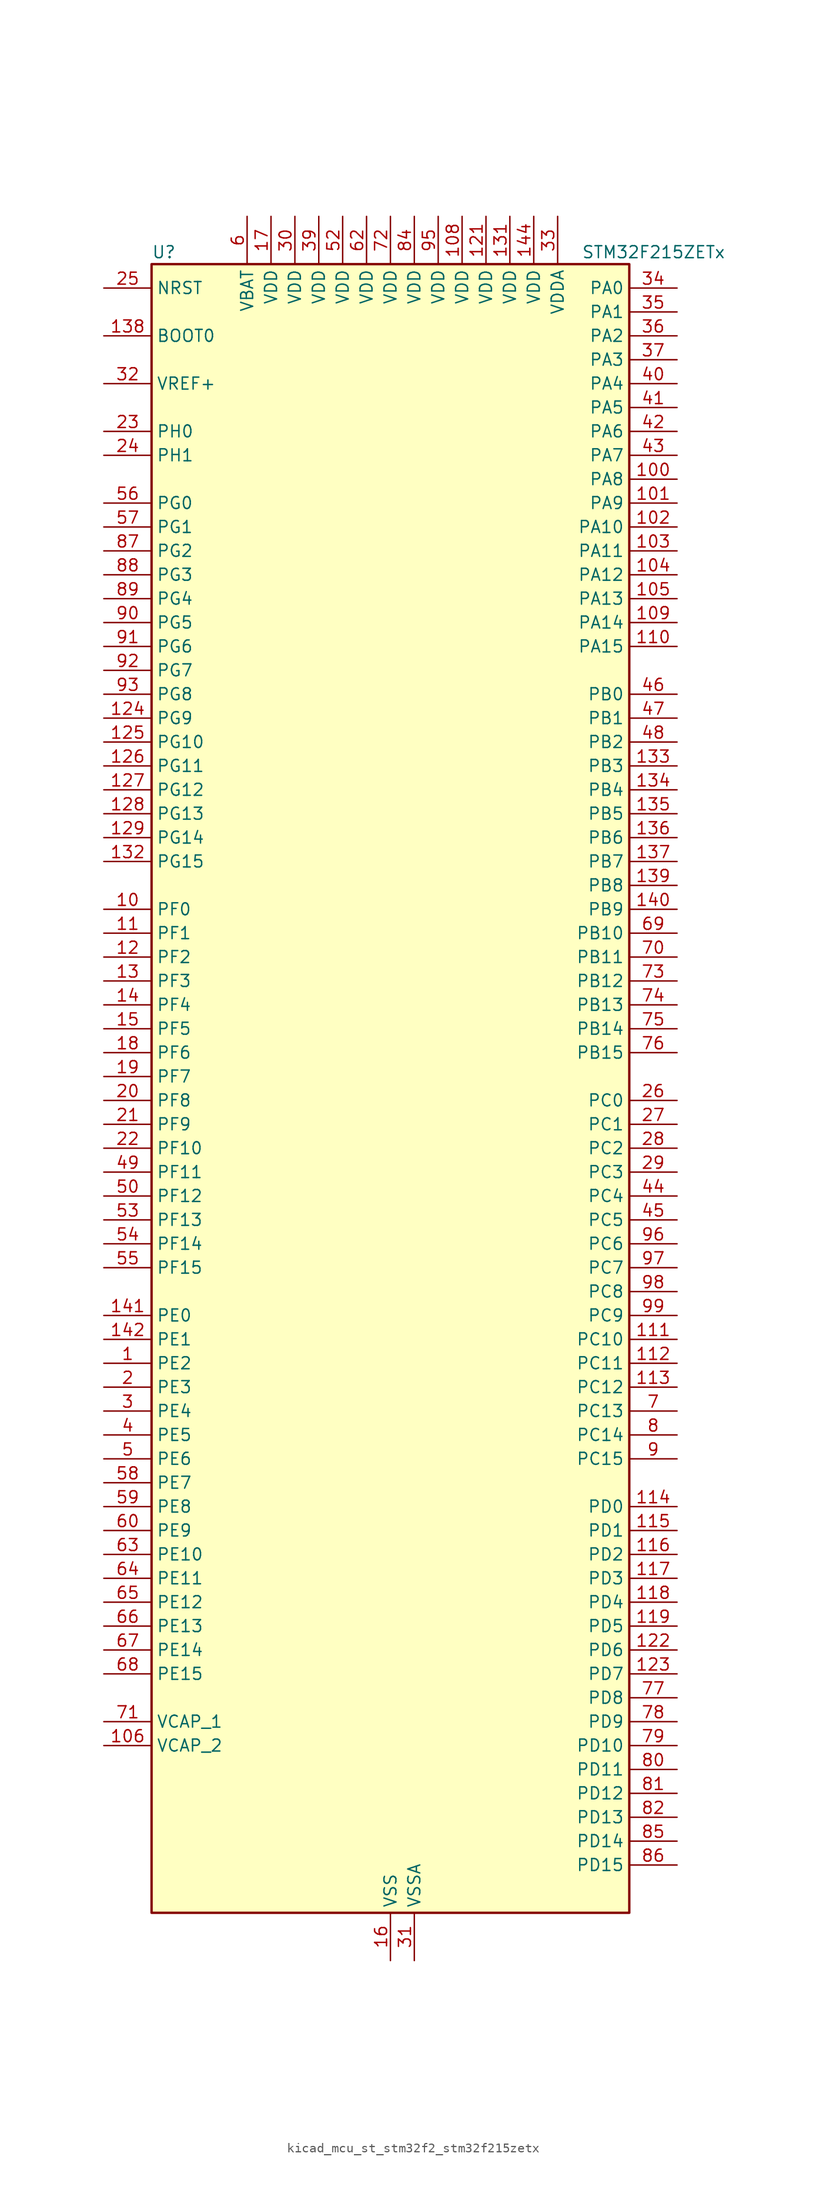
<source format=kicad_sym>
(kicad_symbol_lib
  (version 20220914)
  (generator kicad_symbol_editor)
  (symbol "kicad_mcu_st_stm32f2_stm32f215zetx"
    (property "Reference" "U"
      (at -25.4 90.17 0)
      (effects (font (size 1.27 1.27)) (justify left)))
    (property "Value" "STM32F215ZETx"
      (at 20.32 90.17 0)
      (effects (font (size 1.27 1.27)) (justify left)))
    (property "ki_locked" ""
      (at 0 0 0)
      (effects (font (size 1.27 1.27))))
    (symbol "kicad_mcu_st_stm32f2_stm32f215zetx_0_1"
      (rectangle (start -25.4 -86.36) (end 25.4 88.9) (stroke (width 0.254) (type default)) (fill (type background))))
    (symbol "kicad_mcu_st_stm32f2_stm32f215zetx_1_1"
      (pin bidirectional line (at -30.48 -27.94 0) (length 5.08) (name "PE2" (effects (font (size 1.27 1.27)))) (number "1" (effects (font (size 1.27 1.27)))) (alternate "FSMC_A23" bidirectional line) (alternate "SYS_TRACECLK" bidirectional line))
      (pin bidirectional line (at -30.48 20.32 0) (length 5.08) (name "PF0" (effects (font (size 1.27 1.27)))) (number "10" (effects (font (size 1.27 1.27)))) (alternate "FSMC_A0" bidirectional line) (alternate "I2C2_SDA" bidirectional line))
      (pin bidirectional line (at 30.48 66.04 180) (length 5.08) (name "PA8" (effects (font (size 1.27 1.27)))) (number "100" (effects (font (size 1.27 1.27)))) (alternate "I2C3_SCL" bidirectional line) (alternate "RCC_MCO_1" bidirectional line) (alternate "TIM1_CH1" bidirectional line) (alternate "USART1_CK" bidirectional line) (alternate "USB_OTG_FS_SOF" bidirectional line))
      (pin bidirectional line (at 30.48 63.5 180) (length 5.08) (name "PA9" (effects (font (size 1.27 1.27)))) (number "101" (effects (font (size 1.27 1.27)))) (alternate "DAC_EXTI9" bidirectional line) (alternate "I2C3_SMBA" bidirectional line) (alternate "TIM1_CH2" bidirectional line) (alternate "USART1_TX" bidirectional line) (alternate "USB_OTG_FS_VBUS" bidirectional line))
      (pin bidirectional line (at 30.48 60.96 180) (length 5.08) (name "PA10" (effects (font (size 1.27 1.27)))) (number "102" (effects (font (size 1.27 1.27)))) (alternate "TIM1_CH3" bidirectional line) (alternate "USART1_RX" bidirectional line) (alternate "USB_OTG_FS_ID" bidirectional line))
      (pin bidirectional line (at 30.48 58.42 180) (length 5.08) (name "PA11" (effects (font (size 1.27 1.27)))) (number "103" (effects (font (size 1.27 1.27)))) (alternate "ADC1_EXTI11" bidirectional line) (alternate "ADC2_EXTI11" bidirectional line) (alternate "ADC3_EXTI11" bidirectional line) (alternate "CAN1_RX" bidirectional line) (alternate "TIM1_CH4" bidirectional line) (alternate "USART1_CTS" bidirectional line) (alternate "USB_OTG_FS_DM" bidirectional line))
      (pin bidirectional line (at 30.48 55.88 180) (length 5.08) (name "PA12" (effects (font (size 1.27 1.27)))) (number "104" (effects (font (size 1.27 1.27)))) (alternate "CAN1_TX" bidirectional line) (alternate "TIM1_ETR" bidirectional line) (alternate "USART1_RTS" bidirectional line) (alternate "USB_OTG_FS_DP" bidirectional line))
      (pin bidirectional line (at 30.48 53.34 180) (length 5.08) (name "PA13" (effects (font (size 1.27 1.27)))) (number "105" (effects (font (size 1.27 1.27)))) (alternate "SYS_JTMS-SWDIO" bidirectional line))
      (pin power_out line (at -30.48 -68.58 0) (length 5.08) (name "VCAP_2" (effects (font (size 1.27 1.27)))) (number "106" (effects (font (size 1.27 1.27)))))
      (pin passive line (at 0 -91.44 90) (length 5.08) hide (name "VSS" (effects (font (size 1.27 1.27)))) (number "107" (effects (font (size 1.27 1.27)))))
      (pin power_in line (at 7.62 93.98 270) (length 5.08) (name "VDD" (effects (font (size 1.27 1.27)))) (number "108" (effects (font (size 1.27 1.27)))))
      (pin bidirectional line (at 30.48 50.8 180) (length 5.08) (name "PA14" (effects (font (size 1.27 1.27)))) (number "109" (effects (font (size 1.27 1.27)))) (alternate "SYS_JTCK-SWCLK" bidirectional line))
      (pin bidirectional line (at -30.48 17.78 0) (length 5.08) (name "PF1" (effects (font (size 1.27 1.27)))) (number "11" (effects (font (size 1.27 1.27)))) (alternate "FSMC_A1" bidirectional line) (alternate "I2C2_SCL" bidirectional line))
      (pin bidirectional line (at 30.48 48.26 180) (length 5.08) (name "PA15" (effects (font (size 1.27 1.27)))) (number "110" (effects (font (size 1.27 1.27)))) (alternate "ADC1_EXTI15" bidirectional line) (alternate "ADC2_EXTI15" bidirectional line) (alternate "ADC3_EXTI15" bidirectional line) (alternate "I2S3_WS" bidirectional line) (alternate "SPI1_NSS" bidirectional line) (alternate "SPI3_NSS" bidirectional line) (alternate "SYS_JTDI" bidirectional line) (alternate "TIM2_CH1" bidirectional line) (alternate "TIM2_ETR" bidirectional line))
      (pin bidirectional line (at 30.48 -25.4 180) (length 5.08) (name "PC10" (effects (font (size 1.27 1.27)))) (number "111" (effects (font (size 1.27 1.27)))) (alternate "I2S3_SCK" bidirectional line) (alternate "SDIO_D2" bidirectional line) (alternate "SPI3_SCK" bidirectional line) (alternate "UART4_TX" bidirectional line) (alternate "USART3_TX" bidirectional line))
      (pin bidirectional line (at 30.48 -27.94 180) (length 5.08) (name "PC11" (effects (font (size 1.27 1.27)))) (number "112" (effects (font (size 1.27 1.27)))) (alternate "ADC1_EXTI11" bidirectional line) (alternate "ADC2_EXTI11" bidirectional line) (alternate "ADC3_EXTI11" bidirectional line) (alternate "SDIO_D3" bidirectional line) (alternate "SPI3_MISO" bidirectional line) (alternate "UART4_RX" bidirectional line) (alternate "USART3_RX" bidirectional line))
      (pin bidirectional line (at 30.48 -30.48 180) (length 5.08) (name "PC12" (effects (font (size 1.27 1.27)))) (number "113" (effects (font (size 1.27 1.27)))) (alternate "I2S3_SD" bidirectional line) (alternate "SDIO_CK" bidirectional line) (alternate "SPI3_MOSI" bidirectional line) (alternate "UART5_TX" bidirectional line) (alternate "USART3_CK" bidirectional line))
      (pin bidirectional line (at 30.48 -43.18 180) (length 5.08) (name "PD0" (effects (font (size 1.27 1.27)))) (number "114" (effects (font (size 1.27 1.27)))) (alternate "CAN1_RX" bidirectional line) (alternate "FSMC_D2" bidirectional line) (alternate "FSMC_DA2" bidirectional line))
      (pin bidirectional line (at 30.48 -45.72 180) (length 5.08) (name "PD1" (effects (font (size 1.27 1.27)))) (number "115" (effects (font (size 1.27 1.27)))) (alternate "CAN1_TX" bidirectional line) (alternate "FSMC_D3" bidirectional line) (alternate "FSMC_DA3" bidirectional line))
      (pin bidirectional line (at 30.48 -48.26 180) (length 5.08) (name "PD2" (effects (font (size 1.27 1.27)))) (number "116" (effects (font (size 1.27 1.27)))) (alternate "SDIO_CMD" bidirectional line) (alternate "TIM3_ETR" bidirectional line) (alternate "UART5_RX" bidirectional line))
      (pin bidirectional line (at 30.48 -50.8 180) (length 5.08) (name "PD3" (effects (font (size 1.27 1.27)))) (number "117" (effects (font (size 1.27 1.27)))) (alternate "FSMC_CLK" bidirectional line) (alternate "USART2_CTS" bidirectional line))
      (pin bidirectional line (at 30.48 -53.34 180) (length 5.08) (name "PD4" (effects (font (size 1.27 1.27)))) (number "118" (effects (font (size 1.27 1.27)))) (alternate "FSMC_NOE" bidirectional line) (alternate "USART2_RTS" bidirectional line))
      (pin bidirectional line (at 30.48 -55.88 180) (length 5.08) (name "PD5" (effects (font (size 1.27 1.27)))) (number "119" (effects (font (size 1.27 1.27)))) (alternate "FSMC_NWE" bidirectional line) (alternate "USART2_TX" bidirectional line))
      (pin bidirectional line (at -30.48 15.24 0) (length 5.08) (name "PF2" (effects (font (size 1.27 1.27)))) (number "12" (effects (font (size 1.27 1.27)))) (alternate "FSMC_A2" bidirectional line) (alternate "I2C2_SMBA" bidirectional line))
      (pin passive line (at 0 -91.44 90) (length 5.08) hide (name "VSS" (effects (font (size 1.27 1.27)))) (number "120" (effects (font (size 1.27 1.27)))))
      (pin power_in line (at 10.16 93.98 270) (length 5.08) (name "VDD" (effects (font (size 1.27 1.27)))) (number "121" (effects (font (size 1.27 1.27)))))
      (pin bidirectional line (at 30.48 -58.42 180) (length 5.08) (name "PD6" (effects (font (size 1.27 1.27)))) (number "122" (effects (font (size 1.27 1.27)))) (alternate "FSMC_NWAIT" bidirectional line) (alternate "USART2_RX" bidirectional line))
      (pin bidirectional line (at 30.48 -60.96 180) (length 5.08) (name "PD7" (effects (font (size 1.27 1.27)))) (number "123" (effects (font (size 1.27 1.27)))) (alternate "FSMC_NCE2" bidirectional line) (alternate "FSMC_NE1" bidirectional line) (alternate "USART2_CK" bidirectional line))
      (pin bidirectional line (at -30.48 40.64 0) (length 5.08) (name "PG9" (effects (font (size 1.27 1.27)))) (number "124" (effects (font (size 1.27 1.27)))) (alternate "DAC_EXTI9" bidirectional line) (alternate "FSMC_NCE3" bidirectional line) (alternate "FSMC_NE2" bidirectional line) (alternate "USART6_RX" bidirectional line))
      (pin bidirectional line (at -30.48 38.1 0) (length 5.08) (name "PG10" (effects (font (size 1.27 1.27)))) (number "125" (effects (font (size 1.27 1.27)))) (alternate "FSMC_NCE4_1" bidirectional line) (alternate "FSMC_NE3" bidirectional line))
      (pin bidirectional line (at -30.48 35.56 0) (length 5.08) (name "PG11" (effects (font (size 1.27 1.27)))) (number "126" (effects (font (size 1.27 1.27)))) (alternate "ADC1_EXTI11" bidirectional line) (alternate "ADC2_EXTI11" bidirectional line) (alternate "ADC3_EXTI11" bidirectional line) (alternate "FSMC_NCE4_2" bidirectional line))
      (pin bidirectional line (at -30.48 33.02 0) (length 5.08) (name "PG12" (effects (font (size 1.27 1.27)))) (number "127" (effects (font (size 1.27 1.27)))) (alternate "FSMC_NE4" bidirectional line) (alternate "USART6_RTS" bidirectional line))
      (pin bidirectional line (at -30.48 30.48 0) (length 5.08) (name "PG13" (effects (font (size 1.27 1.27)))) (number "128" (effects (font (size 1.27 1.27)))) (alternate "FSMC_A24" bidirectional line) (alternate "USART6_CTS" bidirectional line))
      (pin bidirectional line (at -30.48 27.94 0) (length 5.08) (name "PG14" (effects (font (size 1.27 1.27)))) (number "129" (effects (font (size 1.27 1.27)))) (alternate "FSMC_A25" bidirectional line) (alternate "USART6_TX" bidirectional line))
      (pin bidirectional line (at -30.48 12.7 0) (length 5.08) (name "PF3" (effects (font (size 1.27 1.27)))) (number "13" (effects (font (size 1.27 1.27)))) (alternate "ADC3_IN9" bidirectional line) (alternate "FSMC_A3" bidirectional line))
      (pin passive line (at 0 -91.44 90) (length 5.08) hide (name "VSS" (effects (font (size 1.27 1.27)))) (number "130" (effects (font (size 1.27 1.27)))))
      (pin power_in line (at 12.7 93.98 270) (length 5.08) (name "VDD" (effects (font (size 1.27 1.27)))) (number "131" (effects (font (size 1.27 1.27)))))
      (pin bidirectional line (at -30.48 25.4 0) (length 5.08) (name "PG15" (effects (font (size 1.27 1.27)))) (number "132" (effects (font (size 1.27 1.27)))) (alternate "ADC1_EXTI15" bidirectional line) (alternate "ADC2_EXTI15" bidirectional line) (alternate "ADC3_EXTI15" bidirectional line) (alternate "USART6_CTS" bidirectional line))
      (pin bidirectional line (at 30.48 35.56 180) (length 5.08) (name "PB3" (effects (font (size 1.27 1.27)))) (number "133" (effects (font (size 1.27 1.27)))) (alternate "I2S3_SCK" bidirectional line) (alternate "SPI1_SCK" bidirectional line) (alternate "SPI3_SCK" bidirectional line) (alternate "SYS_JTDO-SWO" bidirectional line) (alternate "TIM2_CH2" bidirectional line))
      (pin bidirectional line (at 30.48 33.02 180) (length 5.08) (name "PB4" (effects (font (size 1.27 1.27)))) (number "134" (effects (font (size 1.27 1.27)))) (alternate "SPI1_MISO" bidirectional line) (alternate "SPI3_MISO" bidirectional line) (alternate "SYS_JTRST" bidirectional line) (alternate "TIM3_CH1" bidirectional line))
      (pin bidirectional line (at 30.48 30.48 180) (length 5.08) (name "PB5" (effects (font (size 1.27 1.27)))) (number "135" (effects (font (size 1.27 1.27)))) (alternate "CAN2_RX" bidirectional line) (alternate "I2C1_SMBA" bidirectional line) (alternate "I2S3_SD" bidirectional line) (alternate "SPI1_MOSI" bidirectional line) (alternate "SPI3_MOSI" bidirectional line) (alternate "TIM3_CH2" bidirectional line) (alternate "USB_OTG_HS_ULPI_D7" bidirectional line))
      (pin bidirectional line (at 30.48 27.94 180) (length 5.08) (name "PB6" (effects (font (size 1.27 1.27)))) (number "136" (effects (font (size 1.27 1.27)))) (alternate "CAN2_TX" bidirectional line) (alternate "I2C1_SCL" bidirectional line) (alternate "TIM4_CH1" bidirectional line) (alternate "USART1_TX" bidirectional line))
      (pin bidirectional line (at 30.48 25.4 180) (length 5.08) (name "PB7" (effects (font (size 1.27 1.27)))) (number "137" (effects (font (size 1.27 1.27)))) (alternate "FSMC_NL" bidirectional line) (alternate "I2C1_SDA" bidirectional line) (alternate "TIM4_CH2" bidirectional line) (alternate "USART1_RX" bidirectional line))
      (pin input line (at -30.48 81.28 0) (length 5.08) (name "BOOT0" (effects (font (size 1.27 1.27)))) (number "138" (effects (font (size 1.27 1.27)))))
      (pin bidirectional line (at 30.48 22.86 180) (length 5.08) (name "PB8" (effects (font (size 1.27 1.27)))) (number "139" (effects (font (size 1.27 1.27)))) (alternate "CAN1_RX" bidirectional line) (alternate "I2C1_SCL" bidirectional line) (alternate "SDIO_D4" bidirectional line) (alternate "TIM10_CH1" bidirectional line) (alternate "TIM4_CH3" bidirectional line))
      (pin bidirectional line (at -30.48 10.16 0) (length 5.08) (name "PF4" (effects (font (size 1.27 1.27)))) (number "14" (effects (font (size 1.27 1.27)))) (alternate "ADC3_IN14" bidirectional line) (alternate "FSMC_A4" bidirectional line))
      (pin bidirectional line (at 30.48 20.32 180) (length 5.08) (name "PB9" (effects (font (size 1.27 1.27)))) (number "140" (effects (font (size 1.27 1.27)))) (alternate "CAN1_TX" bidirectional line) (alternate "DAC_EXTI9" bidirectional line) (alternate "I2C1_SDA" bidirectional line) (alternate "I2S2_WS" bidirectional line) (alternate "SDIO_D5" bidirectional line) (alternate "SPI2_NSS" bidirectional line) (alternate "TIM11_CH1" bidirectional line) (alternate "TIM4_CH4" bidirectional line))
      (pin bidirectional line (at -30.48 -22.86 0) (length 5.08) (name "PE0" (effects (font (size 1.27 1.27)))) (number "141" (effects (font (size 1.27 1.27)))) (alternate "FSMC_NBL0" bidirectional line) (alternate "TIM4_ETR" bidirectional line))
      (pin bidirectional line (at -30.48 -25.4 0) (length 5.08) (name "PE1" (effects (font (size 1.27 1.27)))) (number "142" (effects (font (size 1.27 1.27)))) (alternate "FSMC_NBL1" bidirectional line))
      (pin no_connect line (at -25.4 -86.36 0) (length 5.08) hide (name "RFU" (effects (font (size 1.27 1.27)))) (number "143" (effects (font (size 1.27 1.27)))))
      (pin power_in line (at 15.24 93.98 270) (length 5.08) (name "VDD" (effects (font (size 1.27 1.27)))) (number "144" (effects (font (size 1.27 1.27)))))
      (pin bidirectional line (at -30.48 7.62 0) (length 5.08) (name "PF5" (effects (font (size 1.27 1.27)))) (number "15" (effects (font (size 1.27 1.27)))) (alternate "ADC3_IN15" bidirectional line) (alternate "FSMC_A5" bidirectional line))
      (pin power_in line (at 0 -91.44 90) (length 5.08) (name "VSS" (effects (font (size 1.27 1.27)))) (number "16" (effects (font (size 1.27 1.27)))))
      (pin power_in line (at -12.7 93.98 270) (length 5.08) (name "VDD" (effects (font (size 1.27 1.27)))) (number "17" (effects (font (size 1.27 1.27)))))
      (pin bidirectional line (at -30.48 5.08 0) (length 5.08) (name "PF6" (effects (font (size 1.27 1.27)))) (number "18" (effects (font (size 1.27 1.27)))) (alternate "ADC3_IN4" bidirectional line) (alternate "FSMC_NIORD" bidirectional line) (alternate "TIM10_CH1" bidirectional line))
      (pin bidirectional line (at -30.48 2.54 0) (length 5.08) (name "PF7" (effects (font (size 1.27 1.27)))) (number "19" (effects (font (size 1.27 1.27)))) (alternate "ADC3_IN5" bidirectional line) (alternate "FSMC_NREG" bidirectional line) (alternate "TIM11_CH1" bidirectional line))
      (pin bidirectional line (at -30.48 -30.48 0) (length 5.08) (name "PE3" (effects (font (size 1.27 1.27)))) (number "2" (effects (font (size 1.27 1.27)))) (alternate "FSMC_A19" bidirectional line) (alternate "SYS_TRACED0" bidirectional line))
      (pin bidirectional line (at -30.48 0 0) (length 5.08) (name "PF8" (effects (font (size 1.27 1.27)))) (number "20" (effects (font (size 1.27 1.27)))) (alternate "ADC3_IN6" bidirectional line) (alternate "FSMC_NIOWR" bidirectional line) (alternate "TIM13_CH1" bidirectional line))
      (pin bidirectional line (at -30.48 -2.54 0) (length 5.08) (name "PF9" (effects (font (size 1.27 1.27)))) (number "21" (effects (font (size 1.27 1.27)))) (alternate "ADC3_IN7" bidirectional line) (alternate "DAC_EXTI9" bidirectional line) (alternate "FSMC_CD" bidirectional line) (alternate "TIM14_CH1" bidirectional line))
      (pin bidirectional line (at -30.48 -5.08 0) (length 5.08) (name "PF10" (effects (font (size 1.27 1.27)))) (number "22" (effects (font (size 1.27 1.27)))) (alternate "ADC3_IN8" bidirectional line) (alternate "FSMC_INTR" bidirectional line))
      (pin bidirectional line (at -30.48 71.12 0) (length 5.08) (name "PH0" (effects (font (size 1.27 1.27)))) (number "23" (effects (font (size 1.27 1.27)))) (alternate "RCC_OSC_IN" bidirectional line))
      (pin bidirectional line (at -30.48 68.58 0) (length 5.08) (name "PH1" (effects (font (size 1.27 1.27)))) (number "24" (effects (font (size 1.27 1.27)))) (alternate "RCC_OSC_OUT" bidirectional line))
      (pin input line (at -30.48 86.36 0) (length 5.08) (name "NRST" (effects (font (size 1.27 1.27)))) (number "25" (effects (font (size 1.27 1.27)))))
      (pin bidirectional line (at 30.48 0 180) (length 5.08) (name "PC0" (effects (font (size 1.27 1.27)))) (number "26" (effects (font (size 1.27 1.27)))) (alternate "ADC1_IN10" bidirectional line) (alternate "ADC2_IN10" bidirectional line) (alternate "ADC3_IN10" bidirectional line) (alternate "USB_OTG_HS_ULPI_STP" bidirectional line))
      (pin bidirectional line (at 30.48 -2.54 180) (length 5.08) (name "PC1" (effects (font (size 1.27 1.27)))) (number "27" (effects (font (size 1.27 1.27)))) (alternate "ADC1_IN11" bidirectional line) (alternate "ADC2_IN11" bidirectional line) (alternate "ADC3_IN11" bidirectional line))
      (pin bidirectional line (at 30.48 -5.08 180) (length 5.08) (name "PC2" (effects (font (size 1.27 1.27)))) (number "28" (effects (font (size 1.27 1.27)))) (alternate "ADC1_IN12" bidirectional line) (alternate "ADC2_IN12" bidirectional line) (alternate "ADC3_IN12" bidirectional line) (alternate "SPI2_MISO" bidirectional line) (alternate "USB_OTG_HS_ULPI_DIR" bidirectional line))
      (pin bidirectional line (at 30.48 -7.62 180) (length 5.08) (name "PC3" (effects (font (size 1.27 1.27)))) (number "29" (effects (font (size 1.27 1.27)))) (alternate "ADC1_IN13" bidirectional line) (alternate "ADC2_IN13" bidirectional line) (alternate "ADC3_IN13" bidirectional line) (alternate "I2S2_SD" bidirectional line) (alternate "SPI2_MOSI" bidirectional line) (alternate "USB_OTG_HS_ULPI_NXT" bidirectional line))
      (pin bidirectional line (at -30.48 -33.02 0) (length 5.08) (name "PE4" (effects (font (size 1.27 1.27)))) (number "3" (effects (font (size 1.27 1.27)))) (alternate "FSMC_A20" bidirectional line) (alternate "SYS_TRACED1" bidirectional line))
      (pin power_in line (at -10.16 93.98 270) (length 5.08) (name "VDD" (effects (font (size 1.27 1.27)))) (number "30" (effects (font (size 1.27 1.27)))))
      (pin power_in line (at 2.54 -91.44 90) (length 5.08) (name "VSSA" (effects (font (size 1.27 1.27)))) (number "31" (effects (font (size 1.27 1.27)))))
      (pin input line (at -30.48 76.2 0) (length 5.08) (name "VREF+" (effects (font (size 1.27 1.27)))) (number "32" (effects (font (size 1.27 1.27)))))
      (pin power_in line (at 17.78 93.98 270) (length 5.08) (name "VDDA" (effects (font (size 1.27 1.27)))) (number "33" (effects (font (size 1.27 1.27)))))
      (pin bidirectional line (at 30.48 86.36 180) (length 5.08) (name "PA0" (effects (font (size 1.27 1.27)))) (number "34" (effects (font (size 1.27 1.27)))) (alternate "ADC1_IN0" bidirectional line) (alternate "ADC2_IN0" bidirectional line) (alternate "ADC3_IN0" bidirectional line) (alternate "SYS_WKUP" bidirectional line) (alternate "TIM2_CH1" bidirectional line) (alternate "TIM2_ETR" bidirectional line) (alternate "TIM5_CH1" bidirectional line) (alternate "TIM8_ETR" bidirectional line) (alternate "UART4_TX" bidirectional line) (alternate "USART2_CTS" bidirectional line))
      (pin bidirectional line (at 30.48 83.82 180) (length 5.08) (name "PA1" (effects (font (size 1.27 1.27)))) (number "35" (effects (font (size 1.27 1.27)))) (alternate "ADC1_IN1" bidirectional line) (alternate "ADC2_IN1" bidirectional line) (alternate "ADC3_IN1" bidirectional line) (alternate "TIM2_CH2" bidirectional line) (alternate "TIM5_CH2" bidirectional line) (alternate "UART4_RX" bidirectional line) (alternate "USART2_RTS" bidirectional line))
      (pin bidirectional line (at 30.48 81.28 180) (length 5.08) (name "PA2" (effects (font (size 1.27 1.27)))) (number "36" (effects (font (size 1.27 1.27)))) (alternate "ADC1_IN2" bidirectional line) (alternate "ADC2_IN2" bidirectional line) (alternate "ADC3_IN2" bidirectional line) (alternate "TIM2_CH3" bidirectional line) (alternate "TIM5_CH3" bidirectional line) (alternate "TIM9_CH1" bidirectional line) (alternate "USART2_TX" bidirectional line))
      (pin bidirectional line (at 30.48 78.74 180) (length 5.08) (name "PA3" (effects (font (size 1.27 1.27)))) (number "37" (effects (font (size 1.27 1.27)))) (alternate "ADC1_IN3" bidirectional line) (alternate "ADC2_IN3" bidirectional line) (alternate "ADC3_IN3" bidirectional line) (alternate "TIM2_CH4" bidirectional line) (alternate "TIM5_CH4" bidirectional line) (alternate "TIM9_CH2" bidirectional line) (alternate "USART2_RX" bidirectional line) (alternate "USB_OTG_HS_ULPI_D0" bidirectional line))
      (pin passive line (at 0 -91.44 90) (length 5.08) hide (name "VSS" (effects (font (size 1.27 1.27)))) (number "38" (effects (font (size 1.27 1.27)))))
      (pin power_in line (at -7.62 93.98 270) (length 5.08) (name "VDD" (effects (font (size 1.27 1.27)))) (number "39" (effects (font (size 1.27 1.27)))))
      (pin bidirectional line (at -30.48 -35.56 0) (length 5.08) (name "PE5" (effects (font (size 1.27 1.27)))) (number "4" (effects (font (size 1.27 1.27)))) (alternate "FSMC_A21" bidirectional line) (alternate "SYS_TRACED2" bidirectional line) (alternate "TIM9_CH1" bidirectional line))
      (pin bidirectional line (at 30.48 76.2 180) (length 5.08) (name "PA4" (effects (font (size 1.27 1.27)))) (number "40" (effects (font (size 1.27 1.27)))) (alternate "ADC1_IN4" bidirectional line) (alternate "ADC2_IN4" bidirectional line) (alternate "DAC_OUT1" bidirectional line) (alternate "I2S3_WS" bidirectional line) (alternate "SPI1_NSS" bidirectional line) (alternate "SPI3_NSS" bidirectional line) (alternate "USART2_CK" bidirectional line) (alternate "USB_OTG_HS_SOF" bidirectional line))
      (pin bidirectional line (at 30.48 73.66 180) (length 5.08) (name "PA5" (effects (font (size 1.27 1.27)))) (number "41" (effects (font (size 1.27 1.27)))) (alternate "ADC1_IN5" bidirectional line) (alternate "ADC2_IN5" bidirectional line) (alternate "DAC_OUT2" bidirectional line) (alternate "SPI1_SCK" bidirectional line) (alternate "TIM2_CH1" bidirectional line) (alternate "TIM2_ETR" bidirectional line) (alternate "TIM8_CH1N" bidirectional line) (alternate "USB_OTG_HS_ULPI_CK" bidirectional line))
      (pin bidirectional line (at 30.48 71.12 180) (length 5.08) (name "PA6" (effects (font (size 1.27 1.27)))) (number "42" (effects (font (size 1.27 1.27)))) (alternate "ADC1_IN6" bidirectional line) (alternate "ADC2_IN6" bidirectional line) (alternate "SPI1_MISO" bidirectional line) (alternate "TIM13_CH1" bidirectional line) (alternate "TIM1_BKIN" bidirectional line) (alternate "TIM3_CH1" bidirectional line) (alternate "TIM8_BKIN" bidirectional line))
      (pin bidirectional line (at 30.48 68.58 180) (length 5.08) (name "PA7" (effects (font (size 1.27 1.27)))) (number "43" (effects (font (size 1.27 1.27)))) (alternate "ADC1_IN7" bidirectional line) (alternate "ADC2_IN7" bidirectional line) (alternate "SPI1_MOSI" bidirectional line) (alternate "TIM14_CH1" bidirectional line) (alternate "TIM1_CH1N" bidirectional line) (alternate "TIM3_CH2" bidirectional line) (alternate "TIM8_CH1N" bidirectional line))
      (pin bidirectional line (at 30.48 -10.16 180) (length 5.08) (name "PC4" (effects (font (size 1.27 1.27)))) (number "44" (effects (font (size 1.27 1.27)))) (alternate "ADC1_IN14" bidirectional line) (alternate "ADC2_IN14" bidirectional line))
      (pin bidirectional line (at 30.48 -12.7 180) (length 5.08) (name "PC5" (effects (font (size 1.27 1.27)))) (number "45" (effects (font (size 1.27 1.27)))) (alternate "ADC1_IN15" bidirectional line) (alternate "ADC2_IN15" bidirectional line))
      (pin bidirectional line (at 30.48 43.18 180) (length 5.08) (name "PB0" (effects (font (size 1.27 1.27)))) (number "46" (effects (font (size 1.27 1.27)))) (alternate "ADC1_IN8" bidirectional line) (alternate "ADC2_IN8" bidirectional line) (alternate "TIM1_CH2N" bidirectional line) (alternate "TIM3_CH3" bidirectional line) (alternate "TIM8_CH2N" bidirectional line) (alternate "USB_OTG_HS_ULPI_D1" bidirectional line))
      (pin bidirectional line (at 30.48 40.64 180) (length 5.08) (name "PB1" (effects (font (size 1.27 1.27)))) (number "47" (effects (font (size 1.27 1.27)))) (alternate "ADC1_IN9" bidirectional line) (alternate "ADC2_IN9" bidirectional line) (alternate "TIM1_CH3N" bidirectional line) (alternate "TIM3_CH4" bidirectional line) (alternate "TIM8_CH3N" bidirectional line) (alternate "USB_OTG_HS_ULPI_D2" bidirectional line))
      (pin bidirectional line (at 30.48 38.1 180) (length 5.08) (name "PB2" (effects (font (size 1.27 1.27)))) (number "48" (effects (font (size 1.27 1.27)))))
      (pin bidirectional line (at -30.48 -7.62 0) (length 5.08) (name "PF11" (effects (font (size 1.27 1.27)))) (number "49" (effects (font (size 1.27 1.27)))) (alternate "ADC1_EXTI11" bidirectional line) (alternate "ADC2_EXTI11" bidirectional line) (alternate "ADC3_EXTI11" bidirectional line))
      (pin bidirectional line (at -30.48 -38.1 0) (length 5.08) (name "PE6" (effects (font (size 1.27 1.27)))) (number "5" (effects (font (size 1.27 1.27)))) (alternate "FSMC_A22" bidirectional line) (alternate "SYS_TRACED3" bidirectional line) (alternate "TIM9_CH2" bidirectional line))
      (pin bidirectional line (at -30.48 -10.16 0) (length 5.08) (name "PF12" (effects (font (size 1.27 1.27)))) (number "50" (effects (font (size 1.27 1.27)))) (alternate "FSMC_A6" bidirectional line))
      (pin passive line (at 0 -91.44 90) (length 5.08) hide (name "VSS" (effects (font (size 1.27 1.27)))) (number "51" (effects (font (size 1.27 1.27)))))
      (pin power_in line (at -5.08 93.98 270) (length 5.08) (name "VDD" (effects (font (size 1.27 1.27)))) (number "52" (effects (font (size 1.27 1.27)))))
      (pin bidirectional line (at -30.48 -12.7 0) (length 5.08) (name "PF13" (effects (font (size 1.27 1.27)))) (number "53" (effects (font (size 1.27 1.27)))) (alternate "FSMC_A7" bidirectional line))
      (pin bidirectional line (at -30.48 -15.24 0) (length 5.08) (name "PF14" (effects (font (size 1.27 1.27)))) (number "54" (effects (font (size 1.27 1.27)))) (alternate "FSMC_A8" bidirectional line))
      (pin bidirectional line (at -30.48 -17.78 0) (length 5.08) (name "PF15" (effects (font (size 1.27 1.27)))) (number "55" (effects (font (size 1.27 1.27)))) (alternate "ADC1_EXTI15" bidirectional line) (alternate "ADC2_EXTI15" bidirectional line) (alternate "ADC3_EXTI15" bidirectional line) (alternate "FSMC_A9" bidirectional line))
      (pin bidirectional line (at -30.48 63.5 0) (length 5.08) (name "PG0" (effects (font (size 1.27 1.27)))) (number "56" (effects (font (size 1.27 1.27)))) (alternate "FSMC_A10" bidirectional line))
      (pin bidirectional line (at -30.48 60.96 0) (length 5.08) (name "PG1" (effects (font (size 1.27 1.27)))) (number "57" (effects (font (size 1.27 1.27)))) (alternate "FSMC_A11" bidirectional line))
      (pin bidirectional line (at -30.48 -40.64 0) (length 5.08) (name "PE7" (effects (font (size 1.27 1.27)))) (number "58" (effects (font (size 1.27 1.27)))) (alternate "FSMC_D4" bidirectional line) (alternate "FSMC_DA4" bidirectional line) (alternate "TIM1_ETR" bidirectional line))
      (pin bidirectional line (at -30.48 -43.18 0) (length 5.08) (name "PE8" (effects (font (size 1.27 1.27)))) (number "59" (effects (font (size 1.27 1.27)))) (alternate "FSMC_D5" bidirectional line) (alternate "FSMC_DA5" bidirectional line) (alternate "TIM1_CH1N" bidirectional line))
      (pin power_in line (at -15.24 93.98 270) (length 5.08) (name "VBAT" (effects (font (size 1.27 1.27)))) (number "6" (effects (font (size 1.27 1.27)))))
      (pin bidirectional line (at -30.48 -45.72 0) (length 5.08) (name "PE9" (effects (font (size 1.27 1.27)))) (number "60" (effects (font (size 1.27 1.27)))) (alternate "DAC_EXTI9" bidirectional line) (alternate "FSMC_D6" bidirectional line) (alternate "FSMC_DA6" bidirectional line) (alternate "TIM1_CH1" bidirectional line))
      (pin passive line (at 0 -91.44 90) (length 5.08) hide (name "VSS" (effects (font (size 1.27 1.27)))) (number "61" (effects (font (size 1.27 1.27)))))
      (pin power_in line (at -2.54 93.98 270) (length 5.08) (name "VDD" (effects (font (size 1.27 1.27)))) (number "62" (effects (font (size 1.27 1.27)))))
      (pin bidirectional line (at -30.48 -48.26 0) (length 5.08) (name "PE10" (effects (font (size 1.27 1.27)))) (number "63" (effects (font (size 1.27 1.27)))) (alternate "FSMC_D7" bidirectional line) (alternate "FSMC_DA7" bidirectional line) (alternate "TIM1_CH2N" bidirectional line))
      (pin bidirectional line (at -30.48 -50.8 0) (length 5.08) (name "PE11" (effects (font (size 1.27 1.27)))) (number "64" (effects (font (size 1.27 1.27)))) (alternate "ADC1_EXTI11" bidirectional line) (alternate "ADC2_EXTI11" bidirectional line) (alternate "ADC3_EXTI11" bidirectional line) (alternate "FSMC_D8" bidirectional line) (alternate "FSMC_DA8" bidirectional line) (alternate "TIM1_CH2" bidirectional line))
      (pin bidirectional line (at -30.48 -53.34 0) (length 5.08) (name "PE12" (effects (font (size 1.27 1.27)))) (number "65" (effects (font (size 1.27 1.27)))) (alternate "FSMC_D9" bidirectional line) (alternate "FSMC_DA9" bidirectional line) (alternate "TIM1_CH3N" bidirectional line))
      (pin bidirectional line (at -30.48 -55.88 0) (length 5.08) (name "PE13" (effects (font (size 1.27 1.27)))) (number "66" (effects (font (size 1.27 1.27)))) (alternate "FSMC_D10" bidirectional line) (alternate "FSMC_DA10" bidirectional line) (alternate "TIM1_CH3" bidirectional line))
      (pin bidirectional line (at -30.48 -58.42 0) (length 5.08) (name "PE14" (effects (font (size 1.27 1.27)))) (number "67" (effects (font (size 1.27 1.27)))) (alternate "FSMC_D11" bidirectional line) (alternate "FSMC_DA11" bidirectional line) (alternate "TIM1_CH4" bidirectional line))
      (pin bidirectional line (at -30.48 -60.96 0) (length 5.08) (name "PE15" (effects (font (size 1.27 1.27)))) (number "68" (effects (font (size 1.27 1.27)))) (alternate "ADC1_EXTI15" bidirectional line) (alternate "ADC2_EXTI15" bidirectional line) (alternate "ADC3_EXTI15" bidirectional line) (alternate "FSMC_D12" bidirectional line) (alternate "FSMC_DA12" bidirectional line) (alternate "TIM1_BKIN" bidirectional line))
      (pin bidirectional line (at 30.48 17.78 180) (length 5.08) (name "PB10" (effects (font (size 1.27 1.27)))) (number "69" (effects (font (size 1.27 1.27)))) (alternate "I2C2_SCL" bidirectional line) (alternate "I2S2_SCK" bidirectional line) (alternate "SPI2_SCK" bidirectional line) (alternate "TIM2_CH3" bidirectional line) (alternate "USART3_TX" bidirectional line) (alternate "USB_OTG_HS_ULPI_D3" bidirectional line))
      (pin bidirectional line (at 30.48 -33.02 180) (length 5.08) (name "PC13" (effects (font (size 1.27 1.27)))) (number "7" (effects (font (size 1.27 1.27)))) (alternate "RTC_AF1" bidirectional line))
      (pin bidirectional line (at 30.48 15.24 180) (length 5.08) (name "PB11" (effects (font (size 1.27 1.27)))) (number "70" (effects (font (size 1.27 1.27)))) (alternate "ADC1_EXTI11" bidirectional line) (alternate "ADC2_EXTI11" bidirectional line) (alternate "ADC3_EXTI11" bidirectional line) (alternate "I2C2_SDA" bidirectional line) (alternate "TIM2_CH4" bidirectional line) (alternate "USART3_RX" bidirectional line) (alternate "USB_OTG_HS_ULPI_D4" bidirectional line))
      (pin power_out line (at -30.48 -66.04 0) (length 5.08) (name "VCAP_1" (effects (font (size 1.27 1.27)))) (number "71" (effects (font (size 1.27 1.27)))))
      (pin power_in line (at 0 93.98 270) (length 5.08) (name "VDD" (effects (font (size 1.27 1.27)))) (number "72" (effects (font (size 1.27 1.27)))))
      (pin bidirectional line (at 30.48 12.7 180) (length 5.08) (name "PB12" (effects (font (size 1.27 1.27)))) (number "73" (effects (font (size 1.27 1.27)))) (alternate "CAN2_RX" bidirectional line) (alternate "I2C2_SMBA" bidirectional line) (alternate "I2S2_WS" bidirectional line) (alternate "SPI2_NSS" bidirectional line) (alternate "TIM1_BKIN" bidirectional line) (alternate "USART3_CK" bidirectional line) (alternate "USB_OTG_HS_ID" bidirectional line) (alternate "USB_OTG_HS_ULPI_D5" bidirectional line))
      (pin bidirectional line (at 30.48 10.16 180) (length 5.08) (name "PB13" (effects (font (size 1.27 1.27)))) (number "74" (effects (font (size 1.27 1.27)))) (alternate "CAN2_TX" bidirectional line) (alternate "I2S2_SCK" bidirectional line) (alternate "SPI2_SCK" bidirectional line) (alternate "TIM1_CH1N" bidirectional line) (alternate "USART3_CTS" bidirectional line) (alternate "USB_OTG_HS_ULPI_D6" bidirectional line) (alternate "USB_OTG_HS_VBUS" bidirectional line))
      (pin bidirectional line (at 30.48 7.62 180) (length 5.08) (name "PB14" (effects (font (size 1.27 1.27)))) (number "75" (effects (font (size 1.27 1.27)))) (alternate "SPI2_MISO" bidirectional line) (alternate "TIM12_CH1" bidirectional line) (alternate "TIM1_CH2N" bidirectional line) (alternate "TIM8_CH2N" bidirectional line) (alternate "USART3_RTS" bidirectional line) (alternate "USB_OTG_HS_DM" bidirectional line))
      (pin bidirectional line (at 30.48 5.08 180) (length 5.08) (name "PB15" (effects (font (size 1.27 1.27)))) (number "76" (effects (font (size 1.27 1.27)))) (alternate "ADC1_EXTI15" bidirectional line) (alternate "ADC2_EXTI15" bidirectional line) (alternate "ADC3_EXTI15" bidirectional line) (alternate "I2S2_SD" bidirectional line) (alternate "RTC_REFIN" bidirectional line) (alternate "SPI2_MOSI" bidirectional line) (alternate "TIM12_CH2" bidirectional line) (alternate "TIM1_CH3N" bidirectional line) (alternate "TIM8_CH3N" bidirectional line) (alternate "USB_OTG_HS_DP" bidirectional line))
      (pin bidirectional line (at 30.48 -63.5 180) (length 5.08) (name "PD8" (effects (font (size 1.27 1.27)))) (number "77" (effects (font (size 1.27 1.27)))) (alternate "FSMC_D13" bidirectional line) (alternate "FSMC_DA13" bidirectional line) (alternate "USART3_TX" bidirectional line))
      (pin bidirectional line (at 30.48 -66.04 180) (length 5.08) (name "PD9" (effects (font (size 1.27 1.27)))) (number "78" (effects (font (size 1.27 1.27)))) (alternate "DAC_EXTI9" bidirectional line) (alternate "FSMC_D14" bidirectional line) (alternate "FSMC_DA14" bidirectional line) (alternate "USART3_RX" bidirectional line))
      (pin bidirectional line (at 30.48 -68.58 180) (length 5.08) (name "PD10" (effects (font (size 1.27 1.27)))) (number "79" (effects (font (size 1.27 1.27)))) (alternate "FSMC_D15" bidirectional line) (alternate "FSMC_DA15" bidirectional line) (alternate "USART3_CK" bidirectional line))
      (pin bidirectional line (at 30.48 -35.56 180) (length 5.08) (name "PC14" (effects (font (size 1.27 1.27)))) (number "8" (effects (font (size 1.27 1.27)))) (alternate "RCC_OSC32_IN" bidirectional line))
      (pin bidirectional line (at 30.48 -71.12 180) (length 5.08) (name "PD11" (effects (font (size 1.27 1.27)))) (number "80" (effects (font (size 1.27 1.27)))) (alternate "ADC1_EXTI11" bidirectional line) (alternate "ADC2_EXTI11" bidirectional line) (alternate "ADC3_EXTI11" bidirectional line) (alternate "FSMC_A16" bidirectional line) (alternate "FSMC_CLE" bidirectional line) (alternate "USART3_CTS" bidirectional line))
      (pin bidirectional line (at 30.48 -73.66 180) (length 5.08) (name "PD12" (effects (font (size 1.27 1.27)))) (number "81" (effects (font (size 1.27 1.27)))) (alternate "FSMC_A17" bidirectional line) (alternate "FSMC_ALE" bidirectional line) (alternate "TIM4_CH1" bidirectional line) (alternate "USART3_RTS" bidirectional line))
      (pin bidirectional line (at 30.48 -76.2 180) (length 5.08) (name "PD13" (effects (font (size 1.27 1.27)))) (number "82" (effects (font (size 1.27 1.27)))) (alternate "FSMC_A18" bidirectional line) (alternate "TIM4_CH2" bidirectional line))
      (pin passive line (at 0 -91.44 90) (length 5.08) hide (name "VSS" (effects (font (size 1.27 1.27)))) (number "83" (effects (font (size 1.27 1.27)))))
      (pin power_in line (at 2.54 93.98 270) (length 5.08) (name "VDD" (effects (font (size 1.27 1.27)))) (number "84" (effects (font (size 1.27 1.27)))))
      (pin bidirectional line (at 30.48 -78.74 180) (length 5.08) (name "PD14" (effects (font (size 1.27 1.27)))) (number "85" (effects (font (size 1.27 1.27)))) (alternate "FSMC_D0" bidirectional line) (alternate "FSMC_DA0" bidirectional line) (alternate "TIM4_CH3" bidirectional line))
      (pin bidirectional line (at 30.48 -81.28 180) (length 5.08) (name "PD15" (effects (font (size 1.27 1.27)))) (number "86" (effects (font (size 1.27 1.27)))) (alternate "ADC1_EXTI15" bidirectional line) (alternate "ADC2_EXTI15" bidirectional line) (alternate "ADC3_EXTI15" bidirectional line) (alternate "FSMC_D1" bidirectional line) (alternate "FSMC_DA1" bidirectional line) (alternate "TIM4_CH4" bidirectional line))
      (pin bidirectional line (at -30.48 58.42 0) (length 5.08) (name "PG2" (effects (font (size 1.27 1.27)))) (number "87" (effects (font (size 1.27 1.27)))) (alternate "FSMC_A12" bidirectional line))
      (pin bidirectional line (at -30.48 55.88 0) (length 5.08) (name "PG3" (effects (font (size 1.27 1.27)))) (number "88" (effects (font (size 1.27 1.27)))) (alternate "FSMC_A13" bidirectional line))
      (pin bidirectional line (at -30.48 53.34 0) (length 5.08) (name "PG4" (effects (font (size 1.27 1.27)))) (number "89" (effects (font (size 1.27 1.27)))) (alternate "FSMC_A14" bidirectional line))
      (pin bidirectional line (at 30.48 -38.1 180) (length 5.08) (name "PC15" (effects (font (size 1.27 1.27)))) (number "9" (effects (font (size 1.27 1.27)))) (alternate "ADC1_EXTI15" bidirectional line) (alternate "ADC2_EXTI15" bidirectional line) (alternate "ADC3_EXTI15" bidirectional line) (alternate "RCC_OSC32_OUT" bidirectional line))
      (pin bidirectional line (at -30.48 50.8 0) (length 5.08) (name "PG5" (effects (font (size 1.27 1.27)))) (number "90" (effects (font (size 1.27 1.27)))) (alternate "FSMC_A15" bidirectional line))
      (pin bidirectional line (at -30.48 48.26 0) (length 5.08) (name "PG6" (effects (font (size 1.27 1.27)))) (number "91" (effects (font (size 1.27 1.27)))) (alternate "FSMC_INT2" bidirectional line))
      (pin bidirectional line (at -30.48 45.72 0) (length 5.08) (name "PG7" (effects (font (size 1.27 1.27)))) (number "92" (effects (font (size 1.27 1.27)))) (alternate "FSMC_INT3" bidirectional line) (alternate "USART6_CK" bidirectional line))
      (pin bidirectional line (at -30.48 43.18 0) (length 5.08) (name "PG8" (effects (font (size 1.27 1.27)))) (number "93" (effects (font (size 1.27 1.27)))) (alternate "USART6_RTS" bidirectional line))
      (pin passive line (at 0 -91.44 90) (length 5.08) hide (name "VSS" (effects (font (size 1.27 1.27)))) (number "94" (effects (font (size 1.27 1.27)))))
      (pin power_in line (at 5.08 93.98 270) (length 5.08) (name "VDD" (effects (font (size 1.27 1.27)))) (number "95" (effects (font (size 1.27 1.27)))))
      (pin bidirectional line (at 30.48 -15.24 180) (length 5.08) (name "PC6" (effects (font (size 1.27 1.27)))) (number "96" (effects (font (size 1.27 1.27)))) (alternate "I2S2_MCK" bidirectional line) (alternate "SDIO_D6" bidirectional line) (alternate "TIM3_CH1" bidirectional line) (alternate "TIM8_CH1" bidirectional line) (alternate "USART6_TX" bidirectional line))
      (pin bidirectional line (at 30.48 -17.78 180) (length 5.08) (name "PC7" (effects (font (size 1.27 1.27)))) (number "97" (effects (font (size 1.27 1.27)))) (alternate "I2S3_MCK" bidirectional line) (alternate "SDIO_D7" bidirectional line) (alternate "TIM3_CH2" bidirectional line) (alternate "TIM8_CH2" bidirectional line) (alternate "USART6_RX" bidirectional line))
      (pin bidirectional line (at 30.48 -20.32 180) (length 5.08) (name "PC8" (effects (font (size 1.27 1.27)))) (number "98" (effects (font (size 1.27 1.27)))) (alternate "SDIO_D0" bidirectional line) (alternate "TIM3_CH3" bidirectional line) (alternate "TIM8_CH3" bidirectional line) (alternate "USART6_CK" bidirectional line))
      (pin bidirectional line (at 30.48 -22.86 180) (length 5.08) (name "PC9" (effects (font (size 1.27 1.27)))) (number "99" (effects (font (size 1.27 1.27)))) (alternate "DAC_EXTI9" bidirectional line) (alternate "I2C3_SDA" bidirectional line) (alternate "I2S_CKIN" bidirectional line) (alternate "RCC_MCO_2" bidirectional line) (alternate "SDIO_D1" bidirectional line) (alternate "TIM3_CH4" bidirectional line) (alternate "TIM8_CH4" bidirectional line)))))
</source>
